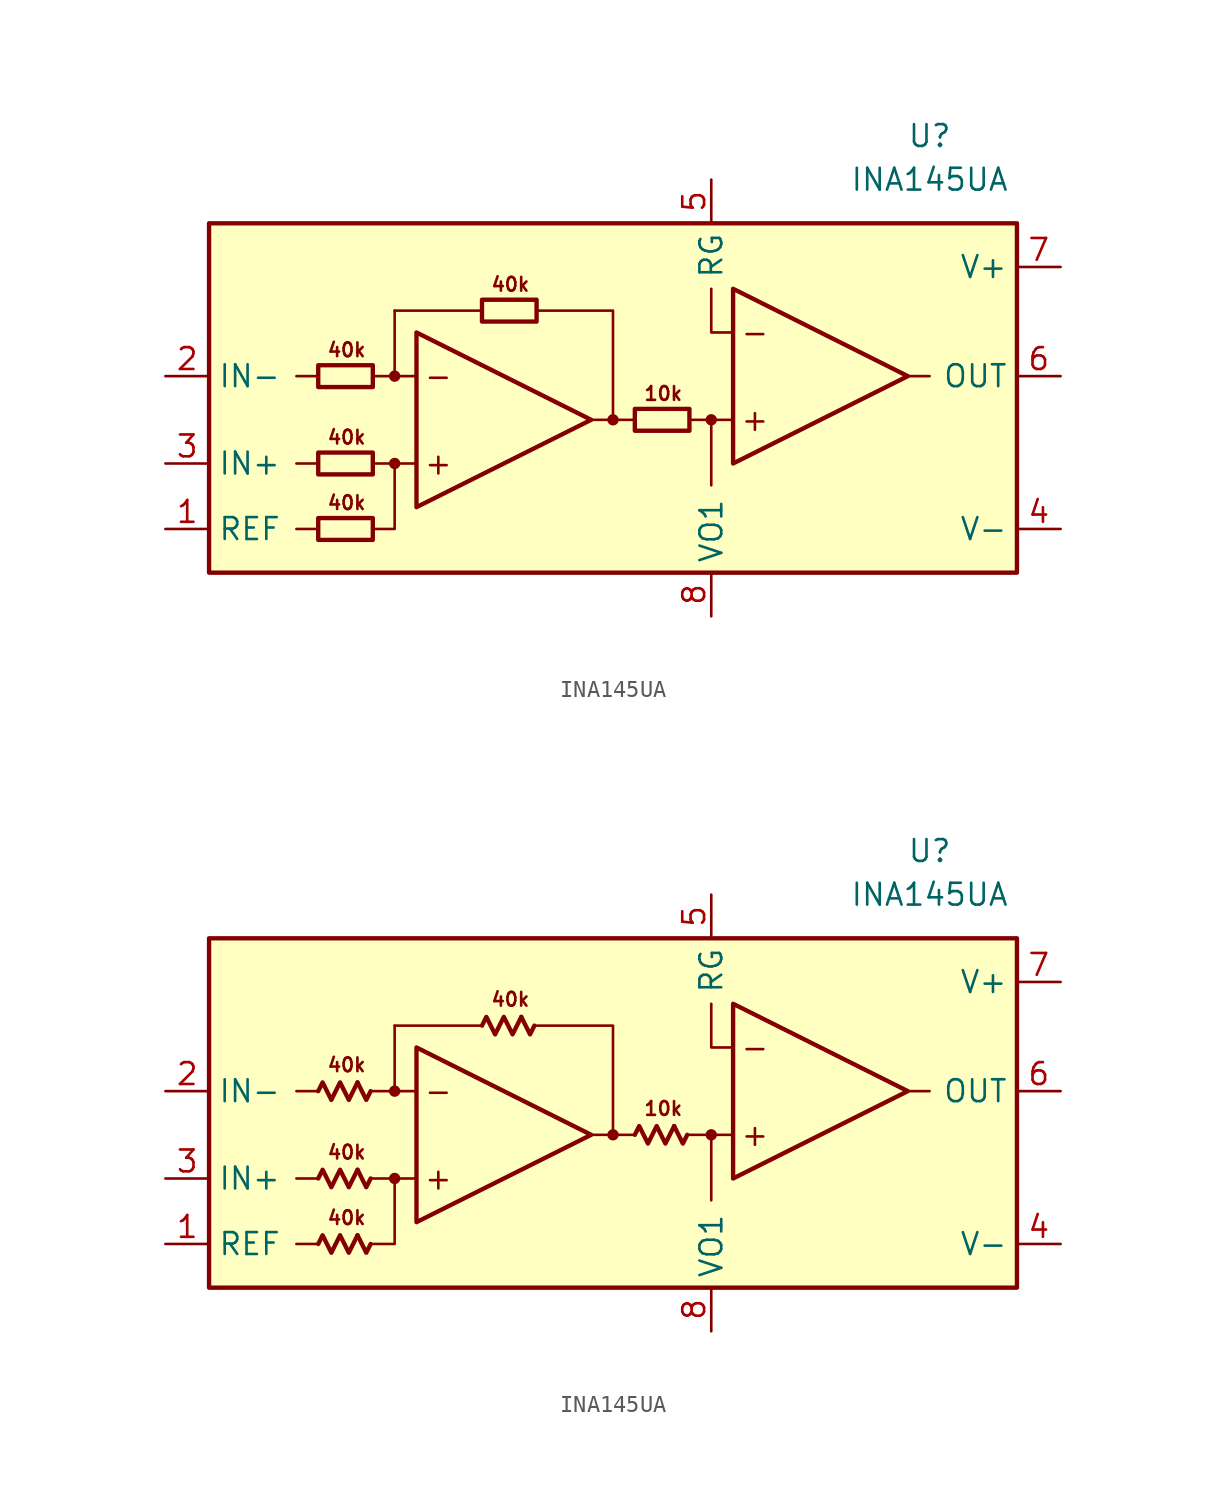
<source format=kicad_sym>
(kicad_symbol_lib
  (version 20231120)
  (generator "kicad_symbol_editor")
  (generator_version "8.0")
  (symbol "INA145UA"
    (property "Reference" "U"
      (at 17.78 16.51 0)
      (effects (font (size 1.27 1.27))))
    (property "Value" "INA145UA"
      (at 17.78 13.97 0)
      (effects (font (size 1.27 1.27))))
    (symbol "INA145UA_0_0"
      (rectangle (start -24.13 11.43) (end 22.86 -8.89) (stroke (width 0.254) (type default)) (fill (type background)))
      (circle (center -13.335 -2.54) (radius 0.254) (stroke (width 0.152) (type default)) (fill (type outline)))
      (circle (center -13.335 2.54) (radius 0.254) (stroke (width 0.152) (type default)) (fill (type outline)))
      (circle (center -0.635 0) (radius 0.254) (stroke (width 0.152) (type default)) (fill (type outline)))
      (polyline (pts (xy -17.78 -6.35) (xy -19.05 -6.35)) (stroke (width 0.152) (type default)) (fill (type none)))
      (polyline (pts (xy -17.78 -2.54) (xy -19.05 -2.54)) (stroke (width 0.152) (type default)) (fill (type none)))
      (polyline (pts (xy -17.78 2.54) (xy -19.05 2.54)) (stroke (width 0.152) (type default)) (fill (type none)))
      (polyline (pts (xy -13.335 -2.54) (xy -14.605 -2.54)) (stroke (width 0) (type default)) (fill (type none)))
      (polyline (pts (xy -13.335 2.54) (xy -14.605 2.54)) (stroke (width 0) (type default)) (fill (type none)))
      (polyline (pts (xy -8.255 6.35) (xy -13.335 6.35)) (stroke (width 0.152) (type default)) (fill (type none)))
      (polyline (pts (xy -1.905 0) (xy -0.635 0)) (stroke (width 0.152) (type default)) (fill (type none)))
      (polyline (pts (xy 0.635 0) (xy -0.635 0)) (stroke (width 0.152) (type default)) (fill (type none)))
      (polyline (pts (xy 3.81 0) (xy 5.08 0)) (stroke (width 0.152) (type default)) (fill (type none)))
      (polyline (pts (xy 6.35 0) (xy 5.08 0)) (stroke (width 0.152) (type default)) (fill (type none)))
      (polyline (pts (xy 16.51 2.54) (xy 17.78 2.54)) (stroke (width 0.152) (type default)) (fill (type none)))
      (polyline (pts (xy -0.635 0) (xy -0.635 6.35) (xy -5.08 6.35)) (stroke (width 0.152) (type default)) (fill (type none)))
      (polyline (pts (xy 5.08 0) (xy 5.08 -3.81) (xy 5.08 -2.54)) (stroke (width 0.152) (type default)) (fill (type none)))
      (polyline (pts (xy 6.35 5.08) (xy 5.08 5.08) (xy 5.08 7.62)) (stroke (width 0.152) (type default)) (fill (type none)))
      (polyline (pts (xy -14.605 -6.35) (xy -13.335 -6.35) (xy -13.335 -2.54) (xy -12.065 -2.54)) (stroke (width 0.152) (type default)) (fill (type none)))
      (polyline (pts (xy -12.065 2.54) (xy -13.335 2.54) (xy -13.335 6.35) (xy -13.335 6.35)) (stroke (width 0.152) (type default)) (fill (type none)))
      (polyline (pts (xy -12.065 5.08) (xy -12.065 -5.08) (xy -1.905 0) (xy -12.065 5.08)) (stroke (width 0.254) (type default)) (fill (type none)))
      (polyline (pts (xy 6.35 7.62) (xy 6.35 -2.54) (xy 16.51 2.54) (xy 6.35 7.62)) (stroke (width 0.254) (type default)) (fill (type none)))
      (circle (center 5.08 0) (radius 0.254) (stroke (width 0.152) (type default)) (fill (type outline)))
      (text "+" (at -10.795 -2.54 0) (effects (font (size 1.27 1.27))))
      (text "+" (at 7.62 0 0) (effects (font (size 1.27 1.27))))
      (text "-" (at -10.795 2.54 0) (effects (font (size 1.27 1.27))))
      (text "-" (at 7.62 5.08 0) (effects (font (size 1.27 1.27))))
      (text "10k" (at 2.286 1.524 0) (effects (font (size 0.8 0.8))))
      (text "40k" (at -16.129 -4.826 0) (effects (font (size 0.8 0.8))))
      (text "40k" (at -16.129 -1.016 0) (effects (font (size 0.8 0.8))))
      (text "40k" (at -16.129 4.064 0) (effects (font (size 0.8 0.8))))
      (text "40k" (at -6.604 7.874 0) (effects (font (size 0.8 0.8)))))
    (symbol "INA145UA_0_1"
      (rectangle (start -17.78 -5.715) (end -14.605 -6.985) (stroke (width 0.254) (type default)) (fill (type none)))
      (rectangle (start -17.78 -1.905) (end -14.605 -3.175) (stroke (width 0.254) (type default)) (fill (type none)))
      (rectangle (start -17.78 3.175) (end -14.605 1.905) (stroke (width 0.254) (type default)) (fill (type none)))
      (rectangle (start -8.255 6.985) (end -5.08 5.715) (stroke (width 0.254) (type default)) (fill (type none)))
      (rectangle (start 0.635 0.635) (end 3.81 -0.635) (stroke (width 0.254) (type default)) (fill (type none))))
    (symbol "INA145UA_0_2"
      (polyline (pts (xy -15.494 -5.842) (xy -14.986 -6.858) (xy -14.732 -6.35)) (stroke (width 0.254) (type default)) (fill (type none)))
      (polyline (pts (xy -15.494 -2.032) (xy -14.986 -3.048) (xy -14.732 -2.54)) (stroke (width 0.254) (type default)) (fill (type none)))
      (polyline (pts (xy -15.494 3.048) (xy -14.986 2.032) (xy -14.732 2.54)) (stroke (width 0.254) (type default)) (fill (type none)))
      (polyline (pts (xy -5.969 6.858) (xy -5.461 5.842) (xy -5.207 6.35)) (stroke (width 0.254) (type default)) (fill (type none)))
      (polyline (pts (xy 2.921 0.508) (xy 3.429 -0.508) (xy 3.683 0)) (stroke (width 0.254) (type default)) (fill (type none)))
      (polyline (pts (xy -17.78 -6.35) (xy -17.526 -5.842) (xy -17.018 -6.858) (xy -16.51 -5.842) (xy -16.002 -6.858) (xy -15.494 -5.842)) (stroke (width 0.254) (type default)) (fill (type none)))
      (polyline (pts (xy -17.78 -2.54) (xy -17.526 -2.032) (xy -17.018 -3.048) (xy -16.51 -2.032) (xy -16.002 -3.048) (xy -15.494 -2.032)) (stroke (width 0.254) (type default)) (fill (type none)))
      (polyline (pts (xy -17.78 2.54) (xy -17.526 3.048) (xy -17.018 2.032) (xy -16.51 3.048) (xy -16.002 2.032) (xy -15.494 3.048)) (stroke (width 0.254) (type default)) (fill (type none)))
      (polyline (pts (xy -8.255 6.35) (xy -8.001 6.858) (xy -7.493 5.842) (xy -6.985 6.858) (xy -6.477 5.842) (xy -5.969 6.858)) (stroke (width 0.254) (type default)) (fill (type none)))
      (polyline (pts (xy 0.635 0) (xy 0.889 0.508) (xy 1.397 -0.508) (xy 1.905 0.508) (xy 2.413 -0.508) (xy 2.921 0.508)) (stroke (width 0.254) (type default)) (fill (type none))))
    (symbol "INA145UA_1_1"
      (pin input line (at -26.67 -6.35 0) (length 2.54) (name "REF" (effects (font (size 1.27 1.27)))) (number "1" (effects (font (size 1.27 1.27)))))
      (pin input line (at -26.67 2.54 0) (length 2.54) (name "IN-" (effects (font (size 1.27 1.27)))) (number "2" (effects (font (size 1.27 1.27)))))
      (pin input line (at -26.67 -2.54 0) (length 2.54) (name "IN+" (effects (font (size 1.27 1.27)))) (number "3" (effects (font (size 1.27 1.27)))))
      (pin power_in line (at 25.4 -6.35 180) (length 2.54) (name "V-" (effects (font (size 1.27 1.27)))) (number "4" (effects (font (size 1.27 1.27)))))
      (pin passive line (at 5.08 13.97 270) (length 2.54) (name "RG" (effects (font (size 1.27 1.27)))) (number "5" (effects (font (size 1.27 1.27)))))
      (pin output line (at 25.4 2.54 180) (length 2.54) (name "OUT" (effects (font (size 1.27 1.27)))) (number "6" (effects (font (size 1.27 1.27)))))
      (pin power_in line (at 25.4 8.89 180) (length 2.54) (name "V+" (effects (font (size 1.27 1.27)))) (number "7" (effects (font (size 1.27 1.27)))))
      (pin output line (at 5.08 -11.43 90) (length 2.54) (name "VO1" (effects (font (size 1.27 1.27)))) (number "8" (effects (font (size 1.27 1.27))))))
    (symbol "INA145UA_1_2"
      (pin input line (at -26.67 -6.35 0) (length 2.54) (name "REF" (effects (font (size 1.27 1.27)))) (number "1" (effects (font (size 1.27 1.27)))))
      (pin input line (at -26.67 2.54 0) (length 2.54) (name "IN-" (effects (font (size 1.27 1.27)))) (number "2" (effects (font (size 1.27 1.27)))))
      (pin input line (at -26.67 -2.54 0) (length 2.54) (name "IN+" (effects (font (size 1.27 1.27)))) (number "3" (effects (font (size 1.27 1.27)))))
      (pin power_in line (at 25.4 -6.35 180) (length 2.54) (name "V-" (effects (font (size 1.27 1.27)))) (number "4" (effects (font (size 1.27 1.27)))))
      (pin passive line (at 5.08 13.97 270) (length 2.54) (name "RG" (effects (font (size 1.27 1.27)))) (number "5" (effects (font (size 1.27 1.27)))))
      (pin output line (at 25.4 2.54 180) (length 2.54) (name "OUT" (effects (font (size 1.27 1.27)))) (number "6" (effects (font (size 1.27 1.27)))))
      (pin power_in line (at 25.4 8.89 180) (length 2.54) (name "V+" (effects (font (size 1.27 1.27)))) (number "7" (effects (font (size 1.27 1.27)))))
      (pin output line (at 5.08 -11.43 90) (length 2.54) (name "VO1" (effects (font (size 1.27 1.27)))) (number "8" (effects (font (size 1.27 1.27))))))))
</source>
